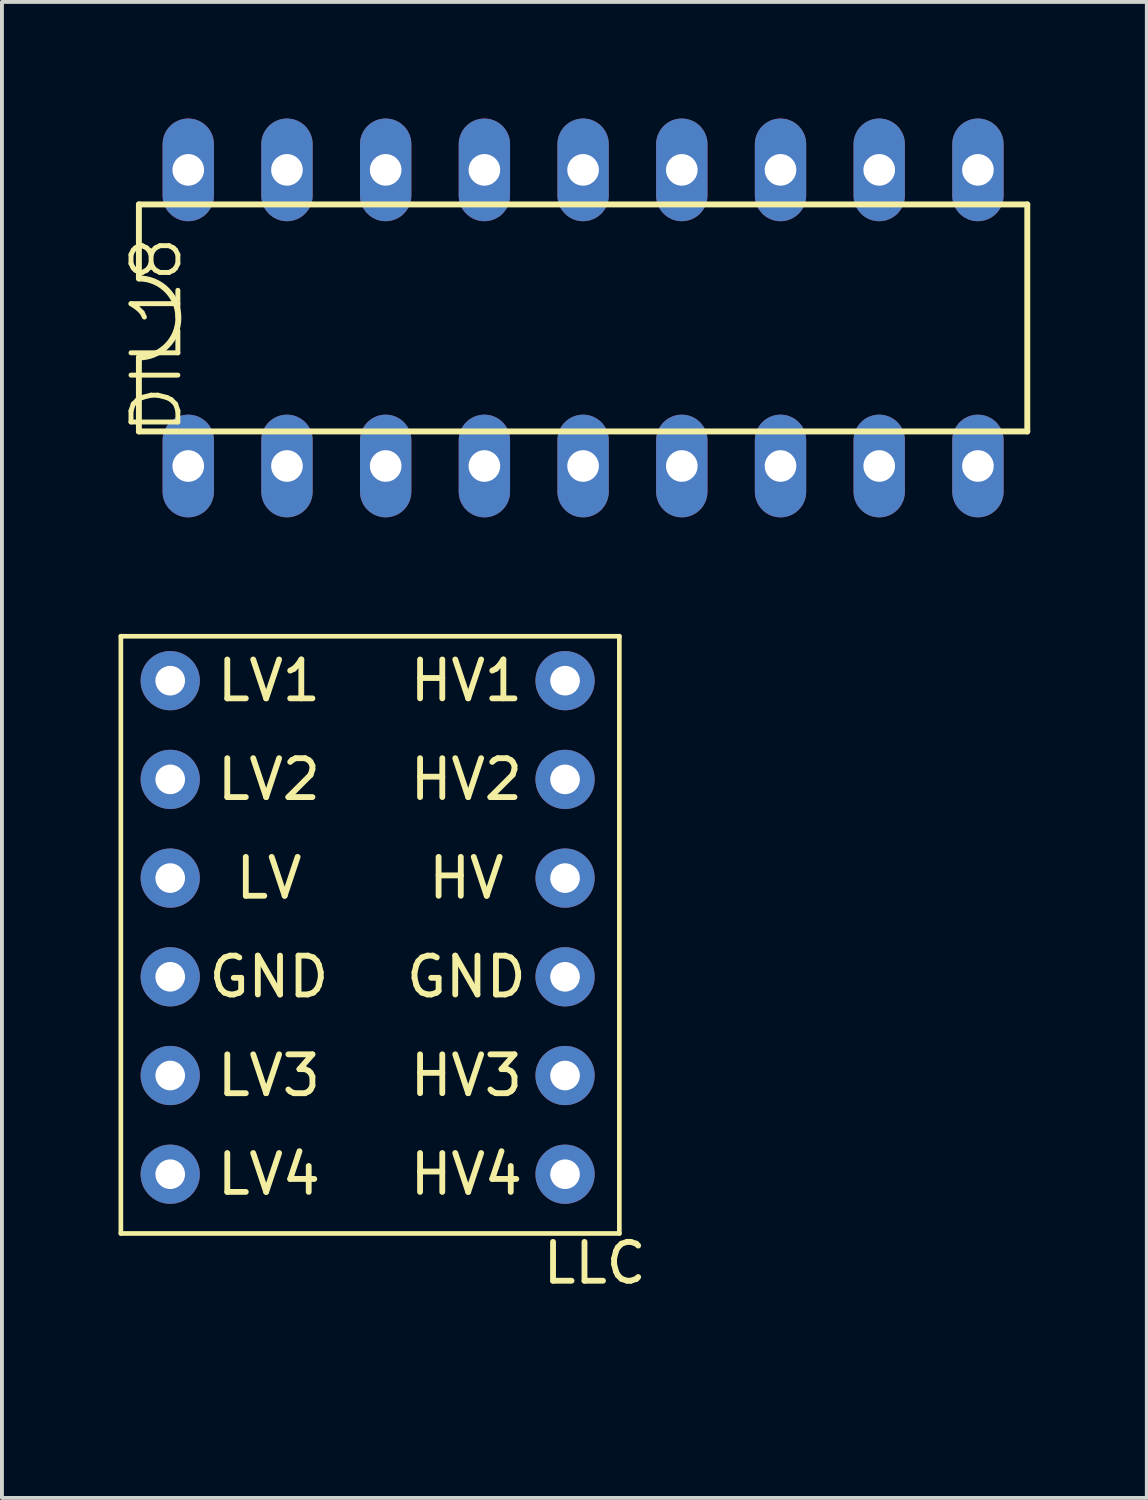
<source format=kicad_pcb>
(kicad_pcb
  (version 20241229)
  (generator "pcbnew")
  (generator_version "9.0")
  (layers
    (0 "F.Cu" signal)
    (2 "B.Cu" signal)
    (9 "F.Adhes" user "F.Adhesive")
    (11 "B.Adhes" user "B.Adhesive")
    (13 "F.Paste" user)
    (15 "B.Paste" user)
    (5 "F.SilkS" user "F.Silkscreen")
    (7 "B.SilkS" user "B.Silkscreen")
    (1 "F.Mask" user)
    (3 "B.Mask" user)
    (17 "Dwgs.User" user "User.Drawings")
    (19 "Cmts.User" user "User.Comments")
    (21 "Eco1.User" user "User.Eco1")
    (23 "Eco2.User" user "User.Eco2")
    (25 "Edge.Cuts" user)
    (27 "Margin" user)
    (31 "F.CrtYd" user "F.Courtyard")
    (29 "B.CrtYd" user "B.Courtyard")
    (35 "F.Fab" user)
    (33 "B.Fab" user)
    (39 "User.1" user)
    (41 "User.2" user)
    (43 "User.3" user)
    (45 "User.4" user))
  (footprint "LLC"
    (layer "F.Cu")
    (at 14.03 32.245)
    (property "Reference" "LLC" (at -1.778 -2.794 180) (layer "F.SilkS") (effects (font (size 1 1) (thickness 0.15))))
    (attr through_hole)
    (fp_line (start -13.97 -18.923) (end -1.143 -18.923) (stroke (width 0.12) (type solid)) (layer "F.SilkS"))
    (fp_line (start -13.97 -3.556) (end -13.97 -18.923) (stroke (width 0.12) (type solid)) (layer "F.SilkS"))
    (fp_line (start -1.143 -18.923) (end -1.143 -3.556) (stroke (width 0.12) (type solid)) (layer "F.SilkS"))
    (fp_line (start -1.143 -3.556) (end -13.97 -3.556) (stroke (width 0.12) (type solid)) (layer "F.SilkS"))
    (fp_text user "HV" (at -5.08 -12.7 180) (layer "F.SilkS") (effects (font (size 1 1) (thickness 0.15))))
    (fp_text user "LV1" (at -10.16 -17.78 180) (layer "F.SilkS") (effects (font (size 1 1) (thickness 0.15))))
    (fp_text user "HV3" (at -5.08 -7.62 180) (layer "F.SilkS") (effects (font (size 1 1) (thickness 0.15))))
    (fp_text user "HV4" (at -5.08 -5.08 180) (layer "F.SilkS") (effects (font (size 1 1) (thickness 0.15))))
    (fp_text user "GND" (at -10.16 -10.16 180) (layer "F.SilkS") (effects (font (size 1 1) (thickness 0.15))))
    (fp_text user "LV3" (at -10.16 -7.62 180) (layer "F.SilkS") (effects (font (size 1 1) (thickness 0.15))))
    (fp_text user "GND" (at -5.08 -10.16 180) (layer "F.SilkS") (effects (font (size 1 1) (thickness 0.15))))
    (fp_text user "HV2" (at -5.08 -15.24 180) (layer "F.SilkS") (effects (font (size 1 1) (thickness 0.15))))
    (fp_text user "LV" (at -10.16 -12.7 180) (layer "F.SilkS") (effects (font (size 1 1) (thickness 0.15))))
    (fp_text user "LV2" (at -10.16 -15.24 180) (layer "F.SilkS") (effects (font (size 1 1) (thickness 0.15))))
    (fp_text user "HV1" (at -5.08 -17.78 180) (layer "F.SilkS") (effects (font (size 1 1) (thickness 0.15))))
    (fp_text user "LV4" (at -10.16 -5.08 180) (layer "F.SilkS") (effects (font (size 1 1) (thickness 0.15))))
    (pad "1" thru_hole circle (at -12.7 -17.78) (size 1.524 1.524) (drill 0.762) (layers "*.Cu" "*.Mask"))
    (pad "2" thru_hole circle (at -12.7 -15.24) (size 1.524 1.524) (drill 0.762) (layers "*.Cu" "*.Mask"))
    (pad "3" thru_hole circle (at -12.7 -12.7) (size 1.524 1.524) (drill 0.762) (layers "*.Cu" "*.Mask"))
    (pad "4" thru_hole circle (at -12.7 -10.16) (size 1.524 1.524) (drill 0.762) (layers "*.Cu" "*.Mask"))
    (pad "5" thru_hole circle (at -12.7 -7.62) (size 1.524 1.524) (drill 0.762) (layers "*.Cu" "*.Mask"))
    (pad "6" thru_hole circle (at -12.7 -5.08) (size 1.524 1.524) (drill 0.762) (layers "*.Cu" "*.Mask"))
    (pad "7" thru_hole circle (at -2.54 -17.78) (size 1.524 1.524) (drill 0.762) (layers "*.Cu" "*.Mask"))
    (pad "8" thru_hole circle (at -2.54 -15.24) (size 1.524 1.524) (drill 0.762) (layers "*.Cu" "*.Mask"))
    (pad "9" thru_hole circle (at -2.54 -12.7) (size 1.524 1.524) (drill 0.762) (layers "*.Cu" "*.Mask"))
    (pad "10" thru_hole circle (at -2.54 -10.16) (size 1.524 1.524) (drill 0.762) (layers "*.Cu" "*.Mask"))
    (pad "11" thru_hole circle (at -2.54 -7.62) (size 1.524 1.524) (drill 0.762) (layers "*.Cu" "*.Mask"))
    (pad "12" thru_hole circle (at -2.54 -5.08) (size 1.524 1.524) (drill 0.762) (layers "*.Cu" "*.Mask")))
  (footprint "DIL18"
    (layer "F.Cu")
    (at 11.954 5.131)
    (property "Reference" "DIL18" (at -11.684 3.048 270) (layer "F.SilkS") (effects (font (size 1.206 1.206) (thickness 0.127)) (justify left top)))
    (attr through_hole)
    (fp_line (start -11.43 -2.921) (end -11.43 -1.016) (stroke (width 0.152) (type solid)) (layer "F.SilkS"))
    (fp_line (start -11.43 2.921) (end -11.43 1.016) (stroke (width 0.152) (type solid)) (layer "F.SilkS"))
    (fp_line (start -11.43 2.921) (end 11.43 2.921) (stroke (width 0.152) (type solid)) (layer "F.SilkS"))
    (fp_line (start 11.43 -2.921) (end -11.43 -2.921) (stroke (width 0.152) (type solid)) (layer "F.SilkS"))
    (fp_line (start 11.43 -2.921) (end 11.43 2.921) (stroke (width 0.152) (type solid)) (layer "F.SilkS"))
    (fp_arc (start -11.43 -1.016) (mid -10.414 0) (end -11.43 1.016) (stroke (width 0.1524) (type solid)) (layer "F.SilkS"))
    (pad "1" thru_hole oval (at -10.16 3.81 90) (size 2.642 1.321) (drill 0.813) (layers "*.Cu" "*.Mask"))
    (pad "2" thru_hole oval (at -7.62 3.81 90) (size 2.642 1.321) (drill 0.813) (layers "*.Cu" "*.Mask"))
    (pad "3" thru_hole oval (at -5.08 3.81 90) (size 2.642 1.321) (drill 0.813) (layers "*.Cu" "*.Mask"))
    (pad "4" thru_hole oval (at -2.54 3.81 90) (size 2.642 1.321) (drill 0.813) (layers "*.Cu" "*.Mask"))
    (pad "5" thru_hole oval (at 0 3.81 90) (size 2.642 1.321) (drill 0.813) (layers "*.Cu" "*.Mask"))
    (pad "6" thru_hole oval (at 2.54 3.81 90) (size 2.642 1.321) (drill 0.813) (layers "*.Cu" "*.Mask"))
    (pad "7" thru_hole oval (at 5.08 3.81 90) (size 2.642 1.321) (drill 0.813) (layers "*.Cu" "*.Mask"))
    (pad "8" thru_hole oval (at 7.62 3.81 90) (size 2.642 1.321) (drill 0.813) (layers "*.Cu" "*.Mask"))
    (pad "9" thru_hole oval (at 10.16 3.81 90) (size 2.642 1.321) (drill 0.813) (layers "*.Cu" "*.Mask"))
    (pad "10" thru_hole oval (at 10.16 -3.81 90) (size 2.642 1.321) (drill 0.813) (layers "*.Cu" "*.Mask"))
    (pad "11" thru_hole oval (at 7.62 -3.81 90) (size 2.642 1.321) (drill 0.813) (layers "*.Cu" "*.Mask"))
    (pad "12" thru_hole oval (at 5.08 -3.81 90) (size 2.642 1.321) (drill 0.813) (layers "*.Cu" "*.Mask"))
    (pad "13" thru_hole oval (at 2.54 -3.81 90) (size 2.642 1.321) (drill 0.813) (layers "*.Cu" "*.Mask"))
    (pad "14" thru_hole oval (at 0 -3.81 90) (size 2.642 1.321) (drill 0.813) (layers "*.Cu" "*.Mask"))
    (pad "15" thru_hole oval (at -2.54 -3.81 90) (size 2.642 1.321) (drill 0.813) (layers "*.Cu" "*.Mask"))
    (pad "16" thru_hole oval (at -5.08 -3.81 90) (size 2.642 1.321) (drill 0.813) (layers "*.Cu" "*.Mask"))
    (pad "17" thru_hole oval (at -7.62 -3.81 90) (size 2.642 1.321) (drill 0.813) (layers "*.Cu" "*.Mask"))
    (pad "18" thru_hole oval (at -10.16 -3.81 90) (size 2.642 1.321) (drill 0.813) (layers "*.Cu" "*.Mask")))
  (gr_rect
    (start -3 -3)
    (end 26.46 35.495)
    (stroke (width 0.1) (type default))
    (fill no)
    (layer "Edge.Cuts")))
</source>
